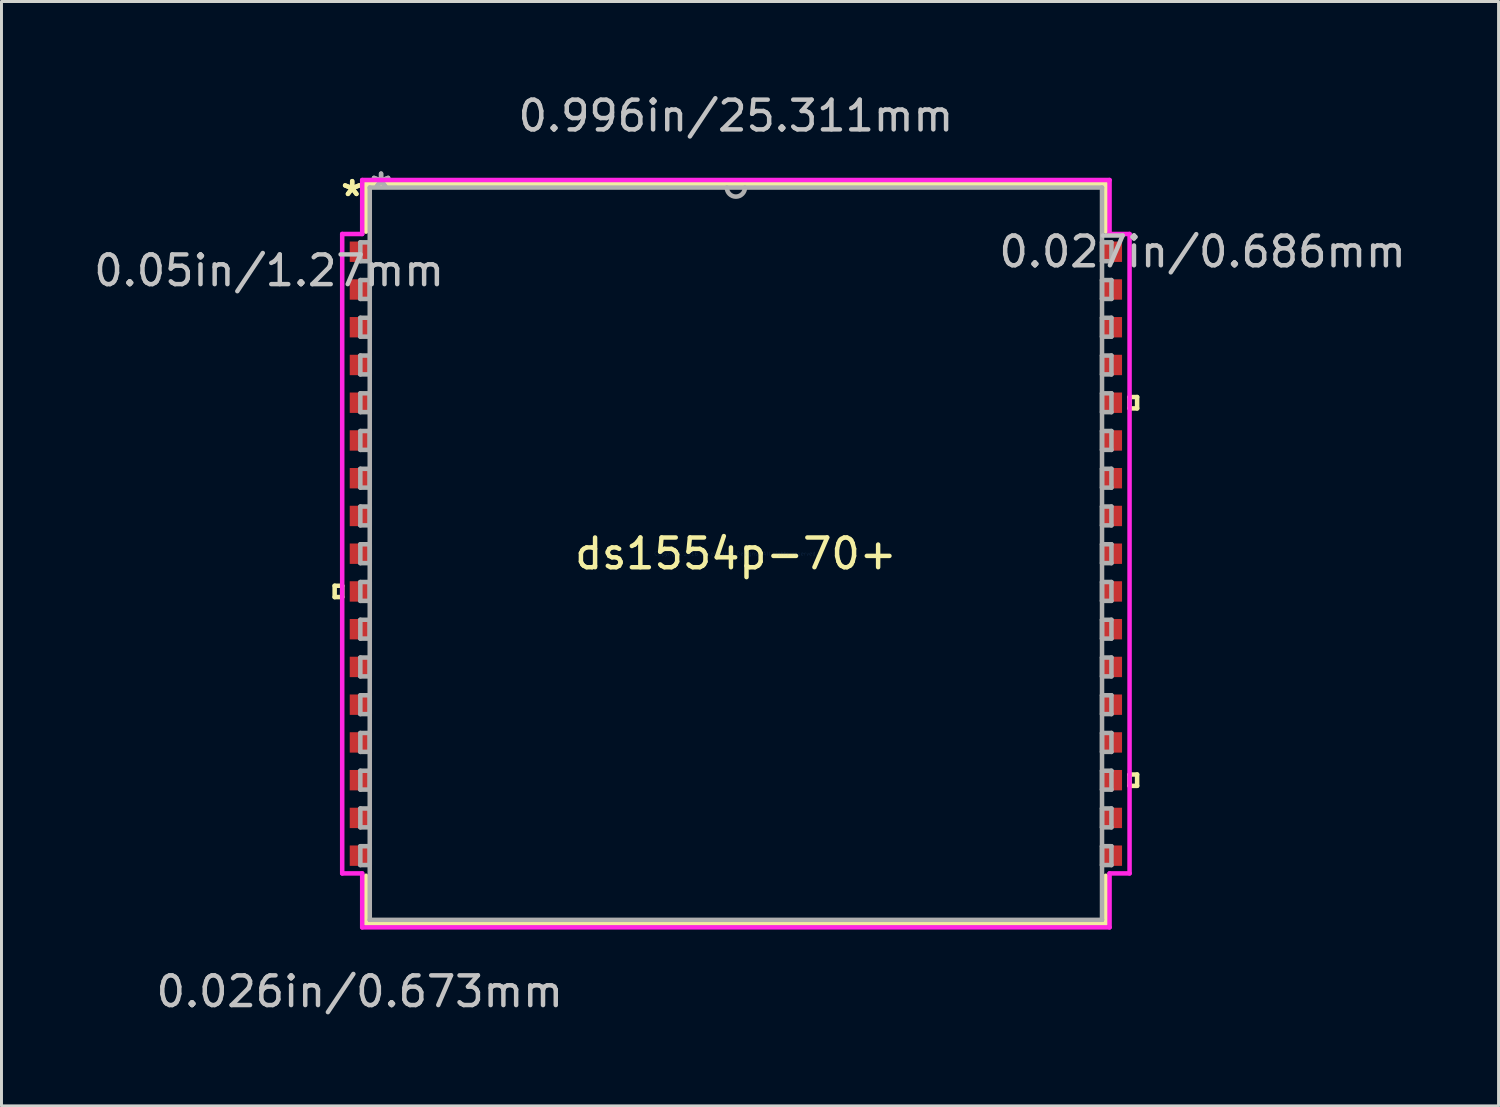
<source format=kicad_pcb>
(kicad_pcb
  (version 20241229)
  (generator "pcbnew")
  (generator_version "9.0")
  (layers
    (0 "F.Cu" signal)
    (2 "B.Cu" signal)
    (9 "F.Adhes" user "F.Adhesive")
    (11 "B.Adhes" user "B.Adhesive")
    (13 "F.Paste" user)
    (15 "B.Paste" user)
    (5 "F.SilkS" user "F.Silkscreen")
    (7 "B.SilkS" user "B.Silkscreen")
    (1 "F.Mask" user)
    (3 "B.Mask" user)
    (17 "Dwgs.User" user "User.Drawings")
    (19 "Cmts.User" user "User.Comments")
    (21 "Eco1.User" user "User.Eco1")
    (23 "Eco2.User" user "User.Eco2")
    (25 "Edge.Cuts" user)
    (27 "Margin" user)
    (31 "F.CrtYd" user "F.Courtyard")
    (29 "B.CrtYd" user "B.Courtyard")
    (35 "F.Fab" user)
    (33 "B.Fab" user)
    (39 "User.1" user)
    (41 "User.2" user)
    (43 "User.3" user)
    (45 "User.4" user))
  (footprint "ds1554p-70+"
    (layer "F.Cu")
    (at 21.71 15.58)
    (property "Reference" "ds1554p-70+" (at 0 0 0) (layer "F.SilkS") (effects (font (size 1 1) (thickness 0.15))))
    (attr smd)
    (fp_line (start -13.5 1.079) (end -13.5 1.46) (stroke (width 0.152) (type solid)) (layer "F.SilkS"))
    (fp_line (start -13.5 1.46) (end -13.246 1.46) (stroke (width 0.152) (type solid)) (layer "F.SilkS"))
    (fp_line (start -13.246 1.079) (end -13.5 1.079) (stroke (width 0.152) (type solid)) (layer "F.SilkS"))
    (fp_line (start -13.246 1.46) (end -13.246 1.079) (stroke (width 0.152) (type solid)) (layer "F.SilkS"))
    (fp_line (start -12.446 -12.446) (end -12.446 -10.836) (stroke (width 0.152) (type solid)) (layer "F.SilkS"))
    (fp_line (start -12.446 10.836) (end -12.446 12.446) (stroke (width 0.152) (type solid)) (layer "F.SilkS"))
    (fp_line (start -12.446 12.446) (end 12.446 12.446) (stroke (width 0.152) (type solid)) (layer "F.SilkS"))
    (fp_line (start 12.446 -12.446) (end -12.446 -12.446) (stroke (width 0.152) (type solid)) (layer "F.SilkS"))
    (fp_line (start 12.446 -10.836) (end 12.446 -12.446) (stroke (width 0.152) (type solid)) (layer "F.SilkS"))
    (fp_line (start 12.446 12.446) (end 12.446 10.836) (stroke (width 0.152) (type solid)) (layer "F.SilkS"))
    (fp_line (start 13.246 -5.271) (end 13.5 -5.271) (stroke (width 0.152) (type solid)) (layer "F.SilkS"))
    (fp_line (start 13.246 -4.889) (end 13.246 -5.271) (stroke (width 0.152) (type solid)) (layer "F.SilkS"))
    (fp_line (start 13.246 7.429) (end 13.5 7.429) (stroke (width 0.152) (type solid)) (layer "F.SilkS"))
    (fp_line (start 13.246 7.811) (end 13.246 7.429) (stroke (width 0.152) (type solid)) (layer "F.SilkS"))
    (fp_line (start 13.5 -5.271) (end 13.5 -4.889) (stroke (width 0.152) (type solid)) (layer "F.SilkS"))
    (fp_line (start 13.5 -4.889) (end 13.246 -4.889) (stroke (width 0.152) (type solid)) (layer "F.SilkS"))
    (fp_line (start 13.5 7.429) (end 13.5 7.811) (stroke (width 0.152) (type solid)) (layer "F.SilkS"))
    (fp_line (start 13.5 7.811) (end 13.246 7.811) (stroke (width 0.152) (type solid)) (layer "F.SilkS"))
    (fp_line (start -13.246 -10.757) (end -12.573 -10.757) (stroke (width 0.152) (type solid)) (layer "F.CrtYd"))
    (fp_line (start -13.246 10.757) (end -13.246 -10.757) (stroke (width 0.152) (type solid)) (layer "F.CrtYd"))
    (fp_line (start -12.573 -12.573) (end 12.573 -12.573) (stroke (width 0.152) (type solid)) (layer "F.CrtYd"))
    (fp_line (start -12.573 -10.757) (end -12.573 -12.573) (stroke (width 0.152) (type solid)) (layer "F.CrtYd"))
    (fp_line (start -12.573 10.757) (end -13.246 10.757) (stroke (width 0.152) (type solid)) (layer "F.CrtYd"))
    (fp_line (start -12.573 12.573) (end -12.573 10.757) (stroke (width 0.152) (type solid)) (layer "F.CrtYd"))
    (fp_line (start 12.573 -12.573) (end 12.573 -10.757) (stroke (width 0.152) (type solid)) (layer "F.CrtYd"))
    (fp_line (start 12.573 -10.757) (end 13.246 -10.757) (stroke (width 0.152) (type solid)) (layer "F.CrtYd"))
    (fp_line (start 12.573 10.757) (end 12.573 12.573) (stroke (width 0.152) (type solid)) (layer "F.CrtYd"))
    (fp_line (start 12.573 12.573) (end -12.573 12.573) (stroke (width 0.152) (type solid)) (layer "F.CrtYd"))
    (fp_line (start 13.246 -10.757) (end 13.246 10.757) (stroke (width 0.152) (type solid)) (layer "F.CrtYd"))
    (fp_line (start 13.246 10.757) (end 12.573 10.757) (stroke (width 0.152) (type solid)) (layer "F.CrtYd"))
    (fp_line (start -12.636 -10.477) (end -12.636 -9.842) (stroke (width 0.152) (type solid)) (layer "F.Fab"))
    (fp_line (start -12.636 -9.842) (end -12.319 -9.842) (stroke (width 0.152) (type solid)) (layer "F.Fab"))
    (fp_line (start -12.636 -9.207) (end -12.636 -8.572) (stroke (width 0.152) (type solid)) (layer "F.Fab"))
    (fp_line (start -12.636 -8.572) (end -12.319 -8.572) (stroke (width 0.152) (type solid)) (layer "F.Fab"))
    (fp_line (start -12.636 -7.938) (end -12.636 -7.303) (stroke (width 0.152) (type solid)) (layer "F.Fab"))
    (fp_line (start -12.636 -7.303) (end -12.319 -7.303) (stroke (width 0.152) (type solid)) (layer "F.Fab"))
    (fp_line (start -12.636 -6.668) (end -12.636 -6.032) (stroke (width 0.152) (type solid)) (layer "F.Fab"))
    (fp_line (start -12.636 -6.032) (end -12.319 -6.032) (stroke (width 0.152) (type solid)) (layer "F.Fab"))
    (fp_line (start -12.636 -5.397) (end -12.636 -4.763) (stroke (width 0.152) (type solid)) (layer "F.Fab"))
    (fp_line (start -12.636 -4.763) (end -12.319 -4.763) (stroke (width 0.152) (type solid)) (layer "F.Fab"))
    (fp_line (start -12.636 -4.128) (end -12.636 -3.493) (stroke (width 0.152) (type solid)) (layer "F.Fab"))
    (fp_line (start -12.636 -3.493) (end -12.319 -3.493) (stroke (width 0.152) (type solid)) (layer "F.Fab"))
    (fp_line (start -12.636 -2.857) (end -12.636 -2.223) (stroke (width 0.152) (type solid)) (layer "F.Fab"))
    (fp_line (start -12.636 -2.223) (end -12.319 -2.223) (stroke (width 0.152) (type solid)) (layer "F.Fab"))
    (fp_line (start -12.636 -1.587) (end -12.636 -0.953) (stroke (width 0.152) (type solid)) (layer "F.Fab"))
    (fp_line (start -12.636 -0.953) (end -12.319 -0.953) (stroke (width 0.152) (type solid)) (layer "F.Fab"))
    (fp_line (start -12.636 -0.318) (end -12.636 0.318) (stroke (width 0.152) (type solid)) (layer "F.Fab"))
    (fp_line (start -12.636 0.318) (end -12.319 0.318) (stroke (width 0.152) (type solid)) (layer "F.Fab"))
    (fp_line (start -12.636 0.953) (end -12.636 1.587) (stroke (width 0.152) (type solid)) (layer "F.Fab"))
    (fp_line (start -12.636 1.587) (end -12.319 1.587) (stroke (width 0.152) (type solid)) (layer "F.Fab"))
    (fp_line (start -12.636 2.223) (end -12.636 2.857) (stroke (width 0.152) (type solid)) (layer "F.Fab"))
    (fp_line (start -12.636 2.857) (end -12.319 2.857) (stroke (width 0.152) (type solid)) (layer "F.Fab"))
    (fp_line (start -12.636 3.493) (end -12.636 4.128) (stroke (width 0.152) (type solid)) (layer "F.Fab"))
    (fp_line (start -12.636 4.128) (end -12.319 4.128) (stroke (width 0.152) (type solid)) (layer "F.Fab"))
    (fp_line (start -12.636 4.763) (end -12.636 5.397) (stroke (width 0.152) (type solid)) (layer "F.Fab"))
    (fp_line (start -12.636 5.397) (end -12.319 5.397) (stroke (width 0.152) (type solid)) (layer "F.Fab"))
    (fp_line (start -12.636 6.032) (end -12.636 6.668) (stroke (width 0.152) (type solid)) (layer "F.Fab"))
    (fp_line (start -12.636 6.668) (end -12.319 6.668) (stroke (width 0.152) (type solid)) (layer "F.Fab"))
    (fp_line (start -12.636 7.303) (end -12.636 7.938) (stroke (width 0.152) (type solid)) (layer "F.Fab"))
    (fp_line (start -12.636 7.938) (end -12.319 7.938) (stroke (width 0.152) (type solid)) (layer "F.Fab"))
    (fp_line (start -12.636 8.572) (end -12.636 9.207) (stroke (width 0.152) (type solid)) (layer "F.Fab"))
    (fp_line (start -12.636 9.207) (end -12.319 9.207) (stroke (width 0.152) (type solid)) (layer "F.Fab"))
    (fp_line (start -12.636 9.842) (end -12.636 10.477) (stroke (width 0.152) (type solid)) (layer "F.Fab"))
    (fp_line (start -12.636 10.477) (end -12.319 10.477) (stroke (width 0.152) (type solid)) (layer "F.Fab"))
    (fp_line (start -12.319 -12.319) (end -12.319 12.319) (stroke (width 0.152) (type solid)) (layer "F.Fab"))
    (fp_line (start -12.319 -10.477) (end -12.636 -10.477) (stroke (width 0.152) (type solid)) (layer "F.Fab"))
    (fp_line (start -12.319 -9.842) (end -12.319 -10.477) (stroke (width 0.152) (type solid)) (layer "F.Fab"))
    (fp_line (start -12.319 -9.207) (end -12.636 -9.207) (stroke (width 0.152) (type solid)) (layer "F.Fab"))
    (fp_line (start -12.319 -8.572) (end -12.319 -9.207) (stroke (width 0.152) (type solid)) (layer "F.Fab"))
    (fp_line (start -12.319 -7.938) (end -12.636 -7.938) (stroke (width 0.152) (type solid)) (layer "F.Fab"))
    (fp_line (start -12.319 -7.303) (end -12.319 -7.938) (stroke (width 0.152) (type solid)) (layer "F.Fab"))
    (fp_line (start -12.319 -6.668) (end -12.636 -6.668) (stroke (width 0.152) (type solid)) (layer "F.Fab"))
    (fp_line (start -12.319 -6.032) (end -12.319 -6.668) (stroke (width 0.152) (type solid)) (layer "F.Fab"))
    (fp_line (start -12.319 -5.397) (end -12.636 -5.397) (stroke (width 0.152) (type solid)) (layer "F.Fab"))
    (fp_line (start -12.319 -4.763) (end -12.319 -5.397) (stroke (width 0.152) (type solid)) (layer "F.Fab"))
    (fp_line (start -12.319 -4.128) (end -12.636 -4.128) (stroke (width 0.152) (type solid)) (layer "F.Fab"))
    (fp_line (start -12.319 -3.493) (end -12.319 -4.128) (stroke (width 0.152) (type solid)) (layer "F.Fab"))
    (fp_line (start -12.319 -2.857) (end -12.636 -2.857) (stroke (width 0.152) (type solid)) (layer "F.Fab"))
    (fp_line (start -12.319 -2.223) (end -12.319 -2.857) (stroke (width 0.152) (type solid)) (layer "F.Fab"))
    (fp_line (start -12.319 -1.587) (end -12.636 -1.587) (stroke (width 0.152) (type solid)) (layer "F.Fab"))
    (fp_line (start -12.319 -0.953) (end -12.319 -1.587) (stroke (width 0.152) (type solid)) (layer "F.Fab"))
    (fp_line (start -12.319 -0.318) (end -12.636 -0.318) (stroke (width 0.152) (type solid)) (layer "F.Fab"))
    (fp_line (start -12.319 0.318) (end -12.319 -0.318) (stroke (width 0.152) (type solid)) (layer "F.Fab"))
    (fp_line (start -12.319 0.953) (end -12.636 0.953) (stroke (width 0.152) (type solid)) (layer "F.Fab"))
    (fp_line (start -12.319 1.587) (end -12.319 0.953) (stroke (width 0.152) (type solid)) (layer "F.Fab"))
    (fp_line (start -12.319 2.223) (end -12.636 2.223) (stroke (width 0.152) (type solid)) (layer "F.Fab"))
    (fp_line (start -12.319 2.857) (end -12.319 2.223) (stroke (width 0.152) (type solid)) (layer "F.Fab"))
    (fp_line (start -12.319 3.493) (end -12.636 3.493) (stroke (width 0.152) (type solid)) (layer "F.Fab"))
    (fp_line (start -12.319 4.128) (end -12.319 3.493) (stroke (width 0.152) (type solid)) (layer "F.Fab"))
    (fp_line (start -12.319 4.763) (end -12.636 4.763) (stroke (width 0.152) (type solid)) (layer "F.Fab"))
    (fp_line (start -12.319 5.397) (end -12.319 4.763) (stroke (width 0.152) (type solid)) (layer "F.Fab"))
    (fp_line (start -12.319 6.032) (end -12.636 6.032) (stroke (width 0.152) (type solid)) (layer "F.Fab"))
    (fp_line (start -12.319 6.668) (end -12.319 6.032) (stroke (width 0.152) (type solid)) (layer "F.Fab"))
    (fp_line (start -12.319 7.303) (end -12.636 7.303) (stroke (width 0.152) (type solid)) (layer "F.Fab"))
    (fp_line (start -12.319 7.938) (end -12.319 7.303) (stroke (width 0.152) (type solid)) (layer "F.Fab"))
    (fp_line (start -12.319 8.572) (end -12.636 8.572) (stroke (width 0.152) (type solid)) (layer "F.Fab"))
    (fp_line (start -12.319 9.207) (end -12.319 8.572) (stroke (width 0.152) (type solid)) (layer "F.Fab"))
    (fp_line (start -12.319 9.842) (end -12.636 9.842) (stroke (width 0.152) (type solid)) (layer "F.Fab"))
    (fp_line (start -12.319 10.477) (end -12.319 9.842) (stroke (width 0.152) (type solid)) (layer "F.Fab"))
    (fp_line (start -12.319 12.319) (end 12.319 12.319) (stroke (width 0.152) (type solid)) (layer "F.Fab"))
    (fp_line (start 12.319 -12.319) (end -12.319 -12.319) (stroke (width 0.152) (type solid)) (layer "F.Fab"))
    (fp_line (start 12.319 -10.477) (end 12.319 -9.842) (stroke (width 0.152) (type solid)) (layer "F.Fab"))
    (fp_line (start 12.319 -9.842) (end 12.636 -9.842) (stroke (width 0.152) (type solid)) (layer "F.Fab"))
    (fp_line (start 12.319 -9.207) (end 12.319 -8.572) (stroke (width 0.152) (type solid)) (layer "F.Fab"))
    (fp_line (start 12.319 -8.572) (end 12.636 -8.572) (stroke (width 0.152) (type solid)) (layer "F.Fab"))
    (fp_line (start 12.319 -7.938) (end 12.319 -7.303) (stroke (width 0.152) (type solid)) (layer "F.Fab"))
    (fp_line (start 12.319 -7.303) (end 12.636 -7.303) (stroke (width 0.152) (type solid)) (layer "F.Fab"))
    (fp_line (start 12.319 -6.668) (end 12.319 -6.032) (stroke (width 0.152) (type solid)) (layer "F.Fab"))
    (fp_line (start 12.319 -6.032) (end 12.636 -6.032) (stroke (width 0.152) (type solid)) (layer "F.Fab"))
    (fp_line (start 12.319 -5.397) (end 12.319 -4.763) (stroke (width 0.152) (type solid)) (layer "F.Fab"))
    (fp_line (start 12.319 -4.763) (end 12.636 -4.763) (stroke (width 0.152) (type solid)) (layer "F.Fab"))
    (fp_line (start 12.319 -4.128) (end 12.319 -3.493) (stroke (width 0.152) (type solid)) (layer "F.Fab"))
    (fp_line (start 12.319 -3.493) (end 12.636 -3.493) (stroke (width 0.152) (type solid)) (layer "F.Fab"))
    (fp_line (start 12.319 -2.857) (end 12.319 -2.223) (stroke (width 0.152) (type solid)) (layer "F.Fab"))
    (fp_line (start 12.319 -2.223) (end 12.636 -2.223) (stroke (width 0.152) (type solid)) (layer "F.Fab"))
    (fp_line (start 12.319 -1.587) (end 12.319 -0.953) (stroke (width 0.152) (type solid)) (layer "F.Fab"))
    (fp_line (start 12.319 -0.953) (end 12.636 -0.953) (stroke (width 0.152) (type solid)) (layer "F.Fab"))
    (fp_line (start 12.319 -0.318) (end 12.319 0.318) (stroke (width 0.152) (type solid)) (layer "F.Fab"))
    (fp_line (start 12.319 0.318) (end 12.636 0.318) (stroke (width 0.152) (type solid)) (layer "F.Fab"))
    (fp_line (start 12.319 0.953) (end 12.319 1.587) (stroke (width 0.152) (type solid)) (layer "F.Fab"))
    (fp_line (start 12.319 1.587) (end 12.636 1.587) (stroke (width 0.152) (type solid)) (layer "F.Fab"))
    (fp_line (start 12.319 2.223) (end 12.319 2.857) (stroke (width 0.152) (type solid)) (layer "F.Fab"))
    (fp_line (start 12.319 2.857) (end 12.636 2.857) (stroke (width 0.152) (type solid)) (layer "F.Fab"))
    (fp_line (start 12.319 3.493) (end 12.319 4.128) (stroke (width 0.152) (type solid)) (layer "F.Fab"))
    (fp_line (start 12.319 4.128) (end 12.636 4.128) (stroke (width 0.152) (type solid)) (layer "F.Fab"))
    (fp_line (start 12.319 4.763) (end 12.319 5.397) (stroke (width 0.152) (type solid)) (layer "F.Fab"))
    (fp_line (start 12.319 5.397) (end 12.636 5.397) (stroke (width 0.152) (type solid)) (layer "F.Fab"))
    (fp_line (start 12.319 6.032) (end 12.319 6.668) (stroke (width 0.152) (type solid)) (layer "F.Fab"))
    (fp_line (start 12.319 6.668) (end 12.636 6.668) (stroke (width 0.152) (type solid)) (layer "F.Fab"))
    (fp_line (start 12.319 7.303) (end 12.319 7.938) (stroke (width 0.152) (type solid)) (layer "F.Fab"))
    (fp_line (start 12.319 7.938) (end 12.636 7.938) (stroke (width 0.152) (type solid)) (layer "F.Fab"))
    (fp_line (start 12.319 8.572) (end 12.319 9.207) (stroke (width 0.152) (type solid)) (layer "F.Fab"))
    (fp_line (start 12.319 9.207) (end 12.636 9.207) (stroke (width 0.152) (type solid)) (layer "F.Fab"))
    (fp_line (start 12.319 9.842) (end 12.319 10.477) (stroke (width 0.152) (type solid)) (layer "F.Fab"))
    (fp_line (start 12.319 10.477) (end 12.636 10.477) (stroke (width 0.152) (type solid)) (layer "F.Fab"))
    (fp_line (start 12.319 12.319) (end 12.319 -12.319) (stroke (width 0.152) (type solid)) (layer "F.Fab"))
    (fp_line (start 12.636 -10.477) (end 12.319 -10.477) (stroke (width 0.152) (type solid)) (layer "F.Fab"))
    (fp_line (start 12.636 -9.842) (end 12.636 -10.477) (stroke (width 0.152) (type solid)) (layer "F.Fab"))
    (fp_line (start 12.636 -9.207) (end 12.319 -9.207) (stroke (width 0.152) (type solid)) (layer "F.Fab"))
    (fp_line (start 12.636 -8.572) (end 12.636 -9.207) (stroke (width 0.152) (type solid)) (layer "F.Fab"))
    (fp_line (start 12.636 -7.938) (end 12.319 -7.938) (stroke (width 0.152) (type solid)) (layer "F.Fab"))
    (fp_line (start 12.636 -7.303) (end 12.636 -7.938) (stroke (width 0.152) (type solid)) (layer "F.Fab"))
    (fp_line (start 12.636 -6.668) (end 12.319 -6.668) (stroke (width 0.152) (type solid)) (layer "F.Fab"))
    (fp_line (start 12.636 -6.032) (end 12.636 -6.668) (stroke (width 0.152) (type solid)) (layer "F.Fab"))
    (fp_line (start 12.636 -5.397) (end 12.319 -5.397) (stroke (width 0.152) (type solid)) (layer "F.Fab"))
    (fp_line (start 12.636 -4.763) (end 12.636 -5.397) (stroke (width 0.152) (type solid)) (layer "F.Fab"))
    (fp_line (start 12.636 -4.128) (end 12.319 -4.128) (stroke (width 0.152) (type solid)) (layer "F.Fab"))
    (fp_line (start 12.636 -3.493) (end 12.636 -4.128) (stroke (width 0.152) (type solid)) (layer "F.Fab"))
    (fp_line (start 12.636 -2.857) (end 12.319 -2.857) (stroke (width 0.152) (type solid)) (layer "F.Fab"))
    (fp_line (start 12.636 -2.223) (end 12.636 -2.857) (stroke (width 0.152) (type solid)) (layer "F.Fab"))
    (fp_line (start 12.636 -1.587) (end 12.319 -1.587) (stroke (width 0.152) (type solid)) (layer "F.Fab"))
    (fp_line (start 12.636 -0.953) (end 12.636 -1.587) (stroke (width 0.152) (type solid)) (layer "F.Fab"))
    (fp_line (start 12.636 -0.318) (end 12.319 -0.318) (stroke (width 0.152) (type solid)) (layer "F.Fab"))
    (fp_line (start 12.636 0.318) (end 12.636 -0.318) (stroke (width 0.152) (type solid)) (layer "F.Fab"))
    (fp_line (start 12.636 0.953) (end 12.319 0.953) (stroke (width 0.152) (type solid)) (layer "F.Fab"))
    (fp_line (start 12.636 1.587) (end 12.636 0.953) (stroke (width 0.152) (type solid)) (layer "F.Fab"))
    (fp_line (start 12.636 2.223) (end 12.319 2.223) (stroke (width 0.152) (type solid)) (layer "F.Fab"))
    (fp_line (start 12.636 2.857) (end 12.636 2.223) (stroke (width 0.152) (type solid)) (layer "F.Fab"))
    (fp_line (start 12.636 3.493) (end 12.319 3.493) (stroke (width 0.152) (type solid)) (layer "F.Fab"))
    (fp_line (start 12.636 4.128) (end 12.636 3.493) (stroke (width 0.152) (type solid)) (layer "F.Fab"))
    (fp_line (start 12.636 4.763) (end 12.319 4.763) (stroke (width 0.152) (type solid)) (layer "F.Fab"))
    (fp_line (start 12.636 5.397) (end 12.636 4.763) (stroke (width 0.152) (type solid)) (layer "F.Fab"))
    (fp_line (start 12.636 6.032) (end 12.319 6.032) (stroke (width 0.152) (type solid)) (layer "F.Fab"))
    (fp_line (start 12.636 6.668) (end 12.636 6.032) (stroke (width 0.152) (type solid)) (layer "F.Fab"))
    (fp_line (start 12.636 7.303) (end 12.319 7.303) (stroke (width 0.152) (type solid)) (layer "F.Fab"))
    (fp_line (start 12.636 7.938) (end 12.636 7.303) (stroke (width 0.152) (type solid)) (layer "F.Fab"))
    (fp_line (start 12.636 8.572) (end 12.319 8.572) (stroke (width 0.152) (type solid)) (layer "F.Fab"))
    (fp_line (start 12.636 9.207) (end 12.636 8.572) (stroke (width 0.152) (type solid)) (layer "F.Fab"))
    (fp_line (start 12.636 9.842) (end 12.319 9.842) (stroke (width 0.152) (type solid)) (layer "F.Fab"))
    (fp_line (start 12.636 10.477) (end 12.636 9.842) (stroke (width 0.152) (type solid)) (layer "F.Fab"))
    (fp_arc (start 0.3048 -12.319) (mid 0 -12.0142) (end -0.3048 -12.319) (stroke (width 0.1524) (type solid)) (layer "F.Fab"))
    (fp_text user "*" (at -12.91 -11.989 0) (layer "F.SilkS") (effects (font (size 1 1) (thickness 0.15))))
    (fp_text user "*" (at -12.91 -11.989 0) (layer "F.SilkS") (effects (font (size 1 1) (thickness 0.15))))
    (fp_text user "0.996in/25.311mm" (at 0 -14.732 0) (layer "Dwgs.User") (effects (font (size 1 1) (thickness 0.15))))
    (fp_text user "0.026in/0.673mm" (at -12.656 14.732 0) (layer "Dwgs.User") (effects (font (size 1 1) (thickness 0.15))))
    (fp_text user "0.027in/0.686mm" (at 15.704 -10.16 0) (layer "Dwgs.User") (effects (font (size 1 1) (thickness 0.15))))
    (fp_text user "0.05in/1.27mm" (at -15.704 -9.525 0) (layer "Dwgs.User") (effects (font (size 1 1) (thickness 0.15))))
    (fp_text user "Copyright 2016 Accelerated Designs. All rights reserved." (at 0 0 0) (layer "Cmts.User") (effects (font (size 0.127 0.127) (thickness 0.002))))
    (fp_text user "*" (at -11.938 -12.243 0) (layer "F.Fab") (effects (font (size 1 1) (thickness 0.15))))
    (fp_text user "*" (at -11.938 -12.243 0) (layer "F.Fab") (effects (font (size 1 1) (thickness 0.15))))
    (pad "1" smd rect (at -12.656 -10.16) (size 0.673 0.686) (layers "F.Cu" "F.Mask" "F.Paste"))
    (pad "2" smd rect (at -12.656 -8.89) (size 0.673 0.686) (layers "F.Cu" "F.Mask" "F.Paste"))
    (pad "3" smd rect (at -12.656 -7.62) (size 0.673 0.686) (layers "F.Cu" "F.Mask" "F.Paste"))
    (pad "4" smd rect (at -12.656 -6.35) (size 0.673 0.686) (layers "F.Cu" "F.Mask" "F.Paste"))
    (pad "5" smd rect (at -12.656 -5.08) (size 0.673 0.686) (layers "F.Cu" "F.Mask" "F.Paste"))
    (pad "6" smd rect (at -12.656 -3.81) (size 0.673 0.686) (layers "F.Cu" "F.Mask" "F.Paste"))
    (pad "7" smd rect (at -12.656 -2.54) (size 0.673 0.686) (layers "F.Cu" "F.Mask" "F.Paste"))
    (pad "8" smd rect (at -12.656 -1.27) (size 0.673 0.686) (layers "F.Cu" "F.Mask" "F.Paste"))
    (pad "9" smd rect (at -12.656 0) (size 0.673 0.686) (layers "F.Cu" "F.Mask" "F.Paste"))
    (pad "10" smd rect (at -12.656 1.27) (size 0.673 0.686) (layers "F.Cu" "F.Mask" "F.Paste"))
    (pad "11" smd rect (at -12.656 2.54) (size 0.673 0.686) (layers "F.Cu" "F.Mask" "F.Paste"))
    (pad "12" smd rect (at -12.656 3.81) (size 0.673 0.686) (layers "F.Cu" "F.Mask" "F.Paste"))
    (pad "13" smd rect (at -12.656 5.08) (size 0.673 0.686) (layers "F.Cu" "F.Mask" "F.Paste"))
    (pad "14" smd rect (at -12.656 6.35) (size 0.673 0.686) (layers "F.Cu" "F.Mask" "F.Paste"))
    (pad "15" smd rect (at -12.656 7.62) (size 0.673 0.686) (layers "F.Cu" "F.Mask" "F.Paste"))
    (pad "16" smd rect (at -12.656 8.89) (size 0.673 0.686) (layers "F.Cu" "F.Mask" "F.Paste"))
    (pad "17" smd rect (at -12.656 10.16) (size 0.673 0.686) (layers "F.Cu" "F.Mask" "F.Paste"))
    (pad "18" smd rect (at 12.656 10.16) (size 0.673 0.686) (layers "F.Cu" "F.Mask" "F.Paste"))
    (pad "19" smd rect (at 12.656 8.89) (size 0.673 0.686) (layers "F.Cu" "F.Mask" "F.Paste"))
    (pad "20" smd rect (at 12.656 7.62) (size 0.673 0.686) (layers "F.Cu" "F.Mask" "F.Paste"))
    (pad "21" smd rect (at 12.656 6.35) (size 0.673 0.686) (layers "F.Cu" "F.Mask" "F.Paste"))
    (pad "22" smd rect (at 12.656 5.08) (size 0.673 0.686) (layers "F.Cu" "F.Mask" "F.Paste"))
    (pad "23" smd rect (at 12.656 3.81) (size 0.673 0.686) (layers "F.Cu" "F.Mask" "F.Paste"))
    (pad "24" smd rect (at 12.656 2.54) (size 0.673 0.686) (layers "F.Cu" "F.Mask" "F.Paste"))
    (pad "25" smd rect (at 12.656 1.27) (size 0.673 0.686) (layers "F.Cu" "F.Mask" "F.Paste"))
    (pad "26" smd rect (at 12.656 0) (size 0.673 0.686) (layers "F.Cu" "F.Mask" "F.Paste"))
    (pad "27" smd rect (at 12.656 -1.27) (size 0.673 0.686) (layers "F.Cu" "F.Mask" "F.Paste"))
    (pad "28" smd rect (at 12.656 -2.54) (size 0.673 0.686) (layers "F.Cu" "F.Mask" "F.Paste"))
    (pad "29" smd rect (at 12.656 -3.81) (size 0.673 0.686) (layers "F.Cu" "F.Mask" "F.Paste"))
    (pad "30" smd rect (at 12.656 -5.08) (size 0.673 0.686) (layers "F.Cu" "F.Mask" "F.Paste"))
    (pad "31" smd rect (at 12.656 -6.35) (size 0.673 0.686) (layers "F.Cu" "F.Mask" "F.Paste"))
    (pad "32" smd rect (at 12.656 -7.62) (size 0.673 0.686) (layers "F.Cu" "F.Mask" "F.Paste"))
    (pad "33" smd rect (at 12.656 -8.89) (size 0.673 0.686) (layers "F.Cu" "F.Mask" "F.Paste"))
    (pad "34" smd rect (at 12.656 -10.16) (size 0.673 0.686) (layers "F.Cu" "F.Mask" "F.Paste")))
  (gr_rect
    (start -3 -3)
    (end 47.371 34.16)
    (stroke (width 0.1) (type default))
    (fill no)
    (layer "Edge.Cuts")))
</source>
